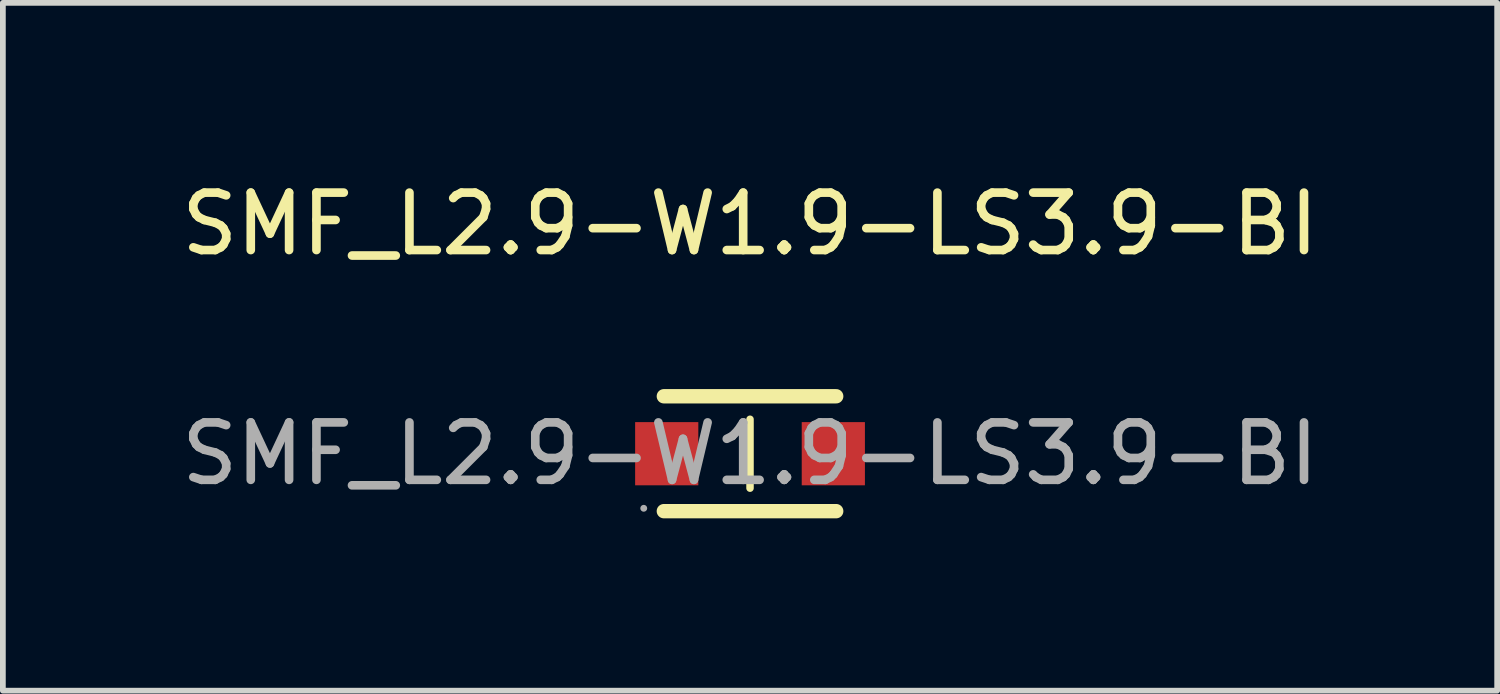
<source format=kicad_pcb>
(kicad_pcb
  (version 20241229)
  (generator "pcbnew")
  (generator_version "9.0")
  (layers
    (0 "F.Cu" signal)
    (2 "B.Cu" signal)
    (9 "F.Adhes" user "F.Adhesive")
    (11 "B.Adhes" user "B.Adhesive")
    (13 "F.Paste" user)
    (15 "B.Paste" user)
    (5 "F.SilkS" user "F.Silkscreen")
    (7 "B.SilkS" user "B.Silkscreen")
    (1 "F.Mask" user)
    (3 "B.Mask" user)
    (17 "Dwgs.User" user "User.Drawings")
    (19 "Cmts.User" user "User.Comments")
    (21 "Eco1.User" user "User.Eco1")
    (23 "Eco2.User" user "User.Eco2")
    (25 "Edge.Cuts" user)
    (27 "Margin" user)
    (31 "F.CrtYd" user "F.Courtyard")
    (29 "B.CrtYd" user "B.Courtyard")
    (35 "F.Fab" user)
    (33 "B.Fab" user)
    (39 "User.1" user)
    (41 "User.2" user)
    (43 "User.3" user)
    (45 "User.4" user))
  (footprint "SMF_L2.9-W1.9-LS3.9-BI"
    (layer "F.Cu")
    (at 10.006 4.848)
    (property "Reference" "SMF_L2.9-W1.9-LS3.9-BI" (at 0 -4 0) (layer "F.SilkS") (effects (font (size 1 1) (thickness 0.15))))
    (attr smd)
    (fp_line (start -1.5 -1) (end 1.5 -1) (stroke (width 0.25) (type solid)) (layer "F.SilkS"))
    (fp_line (start -1.5 1) (end 1.5 1) (stroke (width 0.25) (type solid)) (layer "F.SilkS"))
    (fp_line (start 0 -0.6) (end 0 0.6) (stroke (width 0.13) (type solid)) (layer "F.SilkS"))
    (fp_circle (center -1.85 0.95) (end -1.82 0.95) (stroke (width 0.06) (type solid)) (fill no) (layer "F.Fab"))
    (fp_text user "${REFERENCE}" (at 0 0 0) (layer "F.Fab") (effects (font (size 1 1) (thickness 0.15))))
    (pad "1" smd rect (at -1.45 0) (size 1.1 1.1) (layers "F.Cu" "F.Mask" "F.Paste"))
    (pad "2" smd rect (at 1.45 0) (size 1.1 1.1) (layers "F.Cu" "F.Mask" "F.Paste")))
  (gr_rect
    (start -3 -3)
    (end 23.012 8.973)
    (stroke (width 0.1) (type default))
    (fill no)
    (layer "Edge.Cuts")))
</source>
